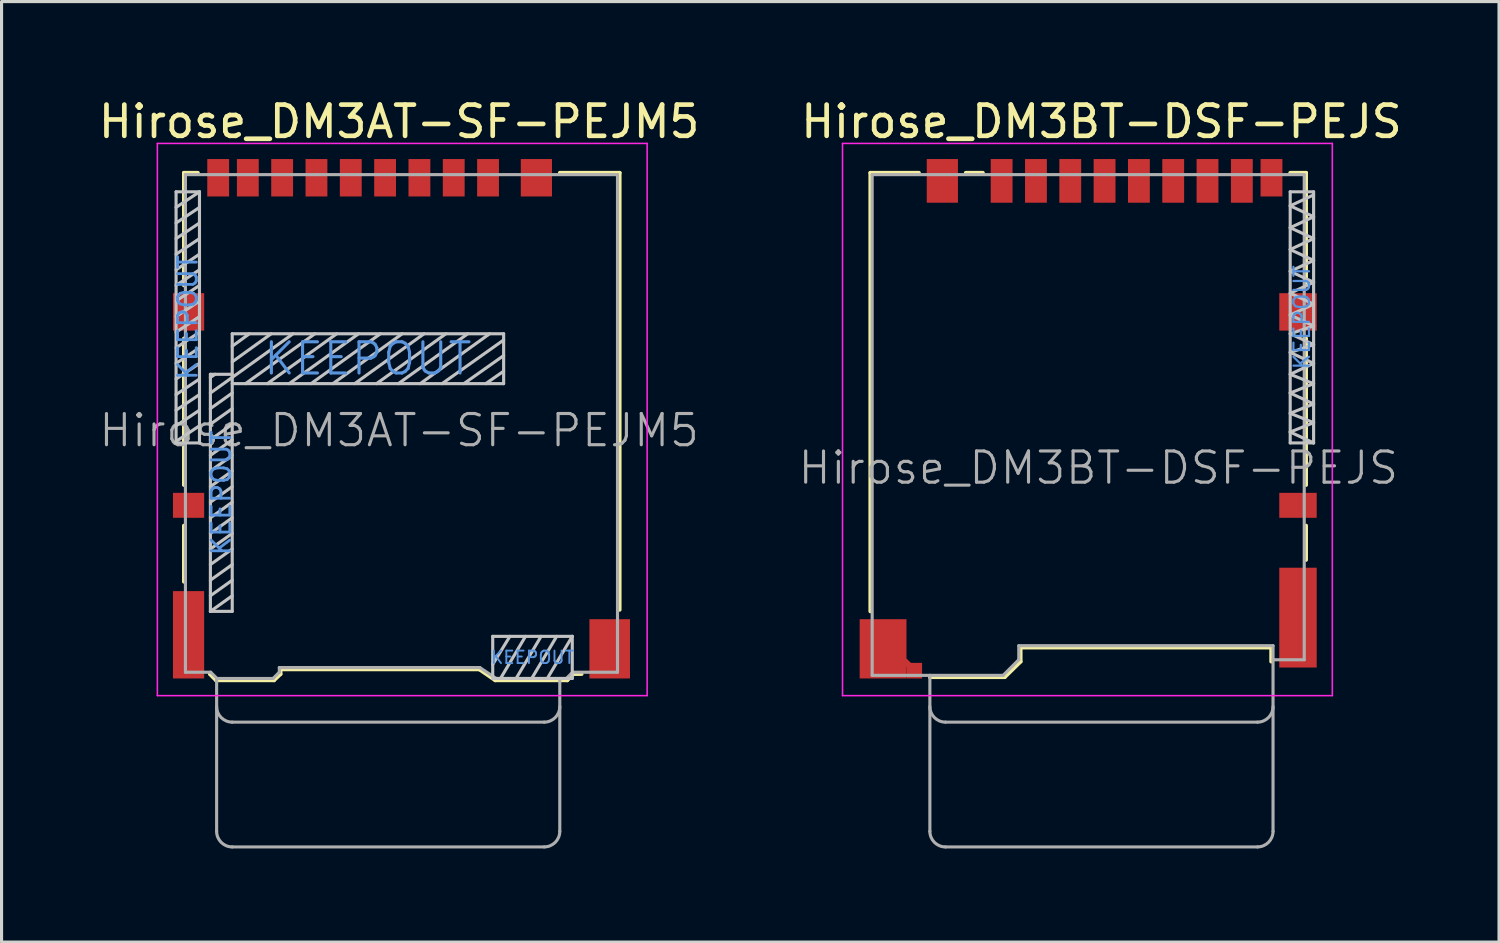
<source format=kicad_pcb>
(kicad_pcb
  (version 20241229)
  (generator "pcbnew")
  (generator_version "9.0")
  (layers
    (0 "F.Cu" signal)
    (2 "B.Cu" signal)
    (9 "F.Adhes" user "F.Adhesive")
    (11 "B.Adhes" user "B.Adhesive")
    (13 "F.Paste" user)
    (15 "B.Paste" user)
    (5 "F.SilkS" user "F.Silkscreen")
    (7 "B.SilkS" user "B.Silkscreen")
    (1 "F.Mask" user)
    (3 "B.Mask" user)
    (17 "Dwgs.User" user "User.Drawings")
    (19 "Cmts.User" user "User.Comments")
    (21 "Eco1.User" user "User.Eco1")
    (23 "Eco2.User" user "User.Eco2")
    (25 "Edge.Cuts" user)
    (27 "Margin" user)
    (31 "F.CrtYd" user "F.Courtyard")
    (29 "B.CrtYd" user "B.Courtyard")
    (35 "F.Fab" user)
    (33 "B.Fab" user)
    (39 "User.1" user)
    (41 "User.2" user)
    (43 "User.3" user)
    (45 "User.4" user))
  (footprint "Hirose_DM3AT-SF-PEJM5"
    (layer "F.Cu")
    (at 12.594 3.248)
    (property "Reference" "Hirose_DM3AT-SF-PEJM5" (at -2.85 -2.4 0) (layer "F.SilkS") (effects (font (size 1 1) (thickness 0.15))))
    (attr smd)
    (fp_line (start -9.75 -0.76) (end -9.75 2.85) (stroke (width 0.12) (type solid)) (layer "F.SilkS"))
    (fp_line (start -9.75 4.55) (end -9.75 9.25) (stroke (width 0.12) (type solid)) (layer "F.SilkS"))
    (fp_line (start -9.75 10.55) (end -9.75 12.35) (stroke (width 0.12) (type solid)) (layer "F.SilkS"))
    (fp_line (start -9.3 -0.76) (end -9.75 -0.76) (stroke (width 0.12) (type solid)) (layer "F.SilkS"))
    (fp_line (start -8.72 15.51) (end -8.92 15.31) (stroke (width 0.12) (type solid)) (layer "F.SilkS"))
    (fp_line (start -8.72 15.51) (end -6.86 15.51) (stroke (width 0.12) (type solid)) (layer "F.SilkS"))
    (fp_line (start -6.86 15.51) (end -6.65 15.31) (stroke (width 0.12) (type solid)) (layer "F.SilkS"))
    (fp_line (start -6.65 15.16) (end -6.65 15.31) (stroke (width 0.12) (type solid)) (layer "F.SilkS"))
    (fp_line (start -6.65 15.16) (end -0.28 15.16) (stroke (width 0.12) (type solid)) (layer "F.SilkS"))
    (fp_line (start 0.23 15.51) (end -0.28 15.16) (stroke (width 0.12) (type solid)) (layer "F.SilkS"))
    (fp_line (start 2.3 -0.76) (end 4.22 -0.76) (stroke (width 0.12) (type solid)) (layer "F.SilkS"))
    (fp_line (start 2.54 15.51) (end 0.23 15.51) (stroke (width 0.12) (type solid)) (layer "F.SilkS"))
    (fp_line (start 2.54 15.51) (end 2.74 15.31) (stroke (width 0.12) (type solid)) (layer "F.SilkS"))
    (fp_line (start 2.74 15.31) (end 3 15.31) (stroke (width 0.12) (type solid)) (layer "F.SilkS"))
    (fp_line (start 4.22 -0.76) (end 4.22 13.25) (stroke (width 0.12) (type solid)) (layer "F.SilkS"))
    (fp_line (start -10 -0.15) (end -9.25 -0.15) (stroke (width 0.1) (type solid)) (layer "Dwgs.User"))
    (fp_line (start -10 7.9) (end -10 -0.15) (stroke (width 0.1) (type solid)) (layer "Dwgs.User"))
    (fp_line (start -9.25 -0.15) (end -10 0.35) (stroke (width 0.1) (type solid)) (layer "Dwgs.User"))
    (fp_line (start -9.25 -0.15) (end -9.25 7.9) (stroke (width 0.1) (type solid)) (layer "Dwgs.User"))
    (fp_line (start -9.25 0.35) (end -10 0.85) (stroke (width 0.1) (type solid)) (layer "Dwgs.User"))
    (fp_line (start -9.25 0.85) (end -10 1.35) (stroke (width 0.1) (type solid)) (layer "Dwgs.User"))
    (fp_line (start -9.25 1.35) (end -10 1.85) (stroke (width 0.1) (type solid)) (layer "Dwgs.User"))
    (fp_line (start -9.25 1.85) (end -10 2.35) (stroke (width 0.1) (type solid)) (layer "Dwgs.User"))
    (fp_line (start -9.25 2.35) (end -10 2.85) (stroke (width 0.1) (type solid)) (layer "Dwgs.User"))
    (fp_line (start -9.25 2.85) (end -10 3.35) (stroke (width 0.1) (type solid)) (layer "Dwgs.User"))
    (fp_line (start -9.25 3.35) (end -10 3.85) (stroke (width 0.1) (type solid)) (layer "Dwgs.User"))
    (fp_line (start -9.25 3.85) (end -10 4.35) (stroke (width 0.1) (type solid)) (layer "Dwgs.User"))
    (fp_line (start -9.25 4.35) (end -10 4.85) (stroke (width 0.1) (type solid)) (layer "Dwgs.User"))
    (fp_line (start -9.25 4.85) (end -10 5.35) (stroke (width 0.1) (type solid)) (layer "Dwgs.User"))
    (fp_line (start -9.25 5.35) (end -10 5.85) (stroke (width 0.1) (type solid)) (layer "Dwgs.User"))
    (fp_line (start -9.25 5.85) (end -10 6.35) (stroke (width 0.1) (type solid)) (layer "Dwgs.User"))
    (fp_line (start -9.25 6.35) (end -10 6.85) (stroke (width 0.1) (type solid)) (layer "Dwgs.User"))
    (fp_line (start -9.25 6.85) (end -10 7.35) (stroke (width 0.1) (type solid)) (layer "Dwgs.User"))
    (fp_line (start -9.25 7.35) (end -10 7.85) (stroke (width 0.1) (type solid)) (layer "Dwgs.User"))
    (fp_line (start -9.25 7.9) (end -10 7.9) (stroke (width 0.1) (type solid)) (layer "Dwgs.User"))
    (fp_line (start -8.9 5.7) (end -8.2 5.7) (stroke (width 0.1) (type solid)) (layer "Dwgs.User"))
    (fp_line (start -8.9 5.8) (end -8.75 5.7) (stroke (width 0.1) (type solid)) (layer "Dwgs.User"))
    (fp_line (start -8.9 6.3) (end -8.2 5.8) (stroke (width 0.1) (type solid)) (layer "Dwgs.User"))
    (fp_line (start -8.9 6.8) (end -8.2 6.3) (stroke (width 0.1) (type solid)) (layer "Dwgs.User"))
    (fp_line (start -8.9 7.3) (end -8.2 6.8) (stroke (width 0.1) (type solid)) (layer "Dwgs.User"))
    (fp_line (start -8.9 7.8) (end -8.2 7.3) (stroke (width 0.1) (type solid)) (layer "Dwgs.User"))
    (fp_line (start -8.9 8.3) (end -8.2 7.8) (stroke (width 0.1) (type solid)) (layer "Dwgs.User"))
    (fp_line (start -8.9 8.8) (end -8.2 8.3) (stroke (width 0.1) (type solid)) (layer "Dwgs.User"))
    (fp_line (start -8.9 9.3) (end -8.2 8.8) (stroke (width 0.1) (type solid)) (layer "Dwgs.User"))
    (fp_line (start -8.9 9.8) (end -8.2 9.3) (stroke (width 0.1) (type solid)) (layer "Dwgs.User"))
    (fp_line (start -8.9 10.3) (end -8.2 9.8) (stroke (width 0.1) (type solid)) (layer "Dwgs.User"))
    (fp_line (start -8.9 10.8) (end -8.2 10.3) (stroke (width 0.1) (type solid)) (layer "Dwgs.User"))
    (fp_line (start -8.9 11.3) (end -8.2 10.8) (stroke (width 0.1) (type solid)) (layer "Dwgs.User"))
    (fp_line (start -8.9 11.8) (end -8.2 11.3) (stroke (width 0.1) (type solid)) (layer "Dwgs.User"))
    (fp_line (start -8.9 12.3) (end -8.2 11.8) (stroke (width 0.1) (type solid)) (layer "Dwgs.User"))
    (fp_line (start -8.9 12.8) (end -8.2 12.3) (stroke (width 0.1) (type solid)) (layer "Dwgs.User"))
    (fp_line (start -8.9 13.3) (end -8.9 5.7) (stroke (width 0.1) (type solid)) (layer "Dwgs.User"))
    (fp_line (start -8.9 13.3) (end -8.2 12.8) (stroke (width 0.1) (type solid)) (layer "Dwgs.User"))
    (fp_line (start -8.2 4.4) (end -8.2 13.3) (stroke (width 0.1) (type solid)) (layer "Dwgs.User"))
    (fp_line (start -8.2 4.4) (end 0.5 4.4) (stroke (width 0.1) (type solid)) (layer "Dwgs.User"))
    (fp_line (start -8.2 5.8) (end -6.25 4.4) (stroke (width 0.1) (type solid)) (layer "Dwgs.User"))
    (fp_line (start -8.2 13.3) (end -8.9 13.3) (stroke (width 0.1) (type solid)) (layer "Dwgs.User"))
    (fp_line (start -7.65 4.4) (end -8.2 4.8) (stroke (width 0.1) (type solid)) (layer "Dwgs.User"))
    (fp_line (start -6.95 4.4) (end -8.2 5.3) (stroke (width 0.1) (type solid)) (layer "Dwgs.User"))
    (fp_line (start -5.55 4.4) (end -7.775 6) (stroke (width 0.1) (type solid)) (layer "Dwgs.User"))
    (fp_line (start -4.85 4.4) (end -7.075 6) (stroke (width 0.1) (type solid)) (layer "Dwgs.User"))
    (fp_line (start -4.15 4.4) (end -6.375 6) (stroke (width 0.1) (type solid)) (layer "Dwgs.User"))
    (fp_line (start -3.45 4.4) (end -5.675 6) (stroke (width 0.1) (type solid)) (layer "Dwgs.User"))
    (fp_line (start -2.75 4.4) (end -4.975 6) (stroke (width 0.1) (type solid)) (layer "Dwgs.User"))
    (fp_line (start -2.05 4.4) (end -4.275 6) (stroke (width 0.1) (type solid)) (layer "Dwgs.User"))
    (fp_line (start -1.35 4.4) (end -3.575 6) (stroke (width 0.1) (type solid)) (layer "Dwgs.User"))
    (fp_line (start -0.65 4.4) (end -2.875 6) (stroke (width 0.1) (type solid)) (layer "Dwgs.User"))
    (fp_line (start 0.05 4.4) (end -2.175 6) (stroke (width 0.1) (type solid)) (layer "Dwgs.User"))
    (fp_line (start 0.15 14.1) (end 2.7 14.1) (stroke (width 0.1) (type solid)) (layer "Dwgs.User"))
    (fp_line (start 0.15 15.45) (end 0.15 14.1) (stroke (width 0.1) (type solid)) (layer "Dwgs.User"))
    (fp_line (start 0.5 4.4) (end 0.5 6) (stroke (width 0.1) (type solid)) (layer "Dwgs.User"))
    (fp_line (start 0.5 4.6) (end -1.475 6) (stroke (width 0.1) (type solid)) (layer "Dwgs.User"))
    (fp_line (start 0.5 5.1) (end -0.775 6) (stroke (width 0.1) (type solid)) (layer "Dwgs.User"))
    (fp_line (start 0.5 5.6) (end -0.075 6) (stroke (width 0.1) (type solid)) (layer "Dwgs.User"))
    (fp_line (start 0.5 6) (end -8.2 6) (stroke (width 0.1) (type solid)) (layer "Dwgs.User"))
    (fp_line (start 0.7 14.1) (end 0.15 15) (stroke (width 0.1) (type solid)) (layer "Dwgs.User"))
    (fp_line (start 1.2 14.1) (end 0.4 15.45) (stroke (width 0.1) (type solid)) (layer "Dwgs.User"))
    (fp_line (start 1.7 14.1) (end 0.9 15.45) (stroke (width 0.1) (type solid)) (layer "Dwgs.User"))
    (fp_line (start 2.2 14.1) (end 1.4 15.45) (stroke (width 0.1) (type solid)) (layer "Dwgs.User"))
    (fp_line (start 2.7 14.1) (end 1.9 15.45) (stroke (width 0.1) (type solid)) (layer "Dwgs.User"))
    (fp_line (start 2.7 14.1) (end 2.7 15.45) (stroke (width 0.1) (type solid)) (layer "Dwgs.User"))
    (fp_line (start 2.7 15.45) (end 0.15 15.45) (stroke (width 0.1) (type solid)) (layer "Dwgs.User"))
    (fp_line (start -10.6 -1.7) (end 5.1 -1.7) (stroke (width 0.05) (type solid)) (layer "F.CrtYd"))
    (fp_line (start -10.6 16) (end -10.6 -1.7) (stroke (width 0.05) (type solid)) (layer "F.CrtYd"))
    (fp_line (start 5.1 -1.7) (end 5.1 16) (stroke (width 0.05) (type solid)) (layer "F.CrtYd"))
    (fp_line (start 5.1 16) (end -10.6 16) (stroke (width 0.05) (type solid)) (layer "F.CrtYd"))
    (fp_line (start -9.7 15.25) (end -9.7 -0.7) (stroke (width 0.1) (type solid)) (layer "F.Fab"))
    (fp_line (start -8.89 15.25) (end -9.7 15.25) (stroke (width 0.1) (type solid)) (layer "F.Fab"))
    (fp_line (start -8.7 15.45) (end -8.7 20.35) (stroke (width 0.1) (type solid)) (layer "F.Fab"))
    (fp_line (start -8.69 15.45) (end -8.89 15.25) (stroke (width 0.1) (type solid)) (layer "F.Fab"))
    (fp_line (start -8.2 16.85) (end 1.8 16.85) (stroke (width 0.1) (type solid)) (layer "F.Fab"))
    (fp_line (start -8.2 20.85) (end 1.8 20.85) (stroke (width 0.1) (type solid)) (layer "F.Fab"))
    (fp_line (start -6.89 15.45) (end -8.69 15.45) (stroke (width 0.1) (type solid)) (layer "F.Fab"))
    (fp_line (start -6.69 15.25) (end -6.89 15.45) (stroke (width 0.1) (type solid)) (layer "F.Fab"))
    (fp_line (start -6.69 15.25) (end -6.69 15.1) (stroke (width 0.1) (type solid)) (layer "F.Fab"))
    (fp_line (start -0.265 15.1) (end -6.69 15.1) (stroke (width 0.1) (type solid)) (layer "F.Fab"))
    (fp_line (start 0.26 15.45) (end -0.265 15.1) (stroke (width 0.1) (type solid)) (layer "F.Fab"))
    (fp_line (start 2.3 20.35) (end 2.3 15.45) (stroke (width 0.1) (type solid)) (layer "F.Fab"))
    (fp_line (start 2.51 15.45) (end 0.26 15.45) (stroke (width 0.1) (type solid)) (layer "F.Fab"))
    (fp_line (start 2.51 15.45) (end 2.71 15.25) (stroke (width 0.1) (type solid)) (layer "F.Fab"))
    (fp_line (start 2.71 15.25) (end 4.15 15.25) (stroke (width 0.1) (type solid)) (layer "F.Fab"))
    (fp_line (start 4.15 -0.7) (end -9.7 -0.7) (stroke (width 0.1) (type solid)) (layer "F.Fab"))
    (fp_line (start 4.15 15.25) (end 4.15 -0.7) (stroke (width 0.1) (type solid)) (layer "F.Fab"))
    (fp_arc (start -8.2 16.85) (mid -8.553553 16.703553) (end -8.7 16.35) (stroke (width 0.1) (type solid)) (layer "F.Fab"))
    (fp_arc (start -8.2 20.85) (mid -8.553553 20.703553) (end -8.7 20.35) (stroke (width 0.1) (type solid)) (layer "F.Fab"))
    (fp_arc (start 2.3 16.35) (mid 2.153553 16.703553) (end 1.8 16.85) (stroke (width 0.1) (type solid)) (layer "F.Fab"))
    (fp_arc (start 2.3 20.35) (mid 2.153553 20.703553) (end 1.8 20.85) (stroke (width 0.1) (type solid)) (layer "F.Fab"))
    (fp_text user "KEEPOUT" (at -3.85 5.2 0) (layer "Cmts.User") (effects (font (size 1 1) (thickness 0.1))))
    (fp_text user "KEEPOUT" (at 1.425 14.775 0) (layer "Cmts.User") (effects (font (size 0.4 0.4) (thickness 0.06))))
    (fp_text user "KEEPOUT" (at -9.625 3.875 90) (layer "Cmts.User") (effects (font (size 0.6 0.6) (thickness 0.09))))
    (fp_text user "KEEPOUT" (at -8.55 9.5 90) (layer "Cmts.User") (effects (font (size 0.6 0.6) (thickness 0.09))))
    (fp_text user "${REFERENCE}" (at -2.85 7.5 0) (layer "F.Fab") (effects (font (size 1 1) (thickness 0.1))))
    (pad "1" smd rect (at 0 -0.6) (size 0.7 1.2) (layers "F.Cu" "F.Mask" "F.Paste"))
    (pad "2" smd rect (at -1.1 -0.6) (size 0.7 1.2) (layers "F.Cu" "F.Mask" "F.Paste"))
    (pad "3" smd rect (at -2.2 -0.6) (size 0.7 1.2) (layers "F.Cu" "F.Mask" "F.Paste"))
    (pad "4" smd rect (at -3.3 -0.6) (size 0.7 1.2) (layers "F.Cu" "F.Mask" "F.Paste"))
    (pad "5" smd rect (at -4.4 -0.6) (size 0.7 1.2) (layers "F.Cu" "F.Mask" "F.Paste"))
    (pad "6" smd rect (at -5.5 -0.6) (size 0.7 1.2) (layers "F.Cu" "F.Mask" "F.Paste"))
    (pad "7" smd rect (at -6.6 -0.6) (size 0.7 1.2) (layers "F.Cu" "F.Mask" "F.Paste"))
    (pad "8" smd rect (at -7.7 -0.6) (size 0.7 1.2) (layers "F.Cu" "F.Mask" "F.Paste"))
    (pad "9" smd rect (at -8.65 -0.6) (size 0.7 1.2) (layers "F.Cu" "F.Mask" "F.Paste"))
    (pad "10" smd rect (at -9.6 9.9) (size 1 0.8) (layers "F.Cu" "F.Mask" "F.Paste"))
    (pad "11" smd rect (at -9.6 3.7) (size 1 1.2) (layers "F.Cu" "F.Mask" "F.Paste"))
    (pad "11" smd rect (at -9.6 14.05) (size 1 2.8) (layers "F.Cu" "F.Mask" "F.Paste"))
    (pad "11" smd rect (at 1.55 -0.6) (size 1 1.2) (layers "F.Cu" "F.Mask" "F.Paste"))
    (pad "11" smd rect (at 3.9 14.5) (size 1.3 1.9) (layers "F.Cu" "F.Mask" "F.Paste")))
  (footprint "Hirose_DM3BT-DSF-PEJS"
    (layer "F.Cu")
    (at 29.057 3.448)
    (property "Reference" "Hirose_DM3BT-DSF-PEJS" (at 3.2 -2.6 0) (layer "F.SilkS") (effects (font (size 1 1) (thickness 0.15))))
    (attr smd)
    (fp_line (start -4.21 -0.96) (end -4.21 13.1) (stroke (width 0.12) (type solid)) (layer "F.SilkS"))
    (fp_line (start -4.21 -0.96) (end -2.65 -0.96) (stroke (width 0.12) (type solid)) (layer "F.SilkS"))
    (fp_line (start -2.3 15.21) (end 0.1 15.21) (stroke (width 0.12) (type solid)) (layer "F.SilkS"))
    (fp_line (start -0.6 -0.96) (end -1.15 -0.96) (stroke (width 0.12) (type solid)) (layer "F.SilkS"))
    (fp_line (start 0.11 15.2) (end 0.61 14.71) (stroke (width 0.12) (type solid)) (layer "F.SilkS"))
    (fp_line (start 0.61 14.26) (end 0.61 14.71) (stroke (width 0.12) (type solid)) (layer "F.SilkS"))
    (fp_line (start 8.64 14.26) (end 0.61 14.26) (stroke (width 0.12) (type solid)) (layer "F.SilkS"))
    (fp_line (start 8.64 14.26) (end 8.64 14.71) (stroke (width 0.12) (type solid)) (layer "F.SilkS"))
    (fp_line (start 9.25 -0.96) (end 9.76 -0.96) (stroke (width 0.12) (type solid)) (layer "F.SilkS"))
    (fp_line (start 9.76 -0.96) (end 9.76 2.65) (stroke (width 0.12) (type solid)) (layer "F.SilkS"))
    (fp_line (start 9.76 4.35) (end 9.76 9.05) (stroke (width 0.12) (type solid)) (layer "F.SilkS"))
    (fp_line (start 9.76 10.35) (end 9.76 11.45) (stroke (width 0.12) (type solid)) (layer "F.SilkS"))
    (fp_line (start 9.25 0.1) (end 10 -0.25) (stroke (width 0.1) (type solid)) (layer "Dwgs.User"))
    (fp_line (start 9.25 0.8) (end 10 0.45) (stroke (width 0.1) (type solid)) (layer "Dwgs.User"))
    (fp_line (start 9.25 1.5) (end 10 1.15) (stroke (width 0.1) (type solid)) (layer "Dwgs.User"))
    (fp_line (start 9.25 2.2) (end 10 1.85) (stroke (width 0.1) (type solid)) (layer "Dwgs.User"))
    (fp_line (start 9.25 2.9) (end 10 2.55) (stroke (width 0.1) (type solid)) (layer "Dwgs.User"))
    (fp_line (start 9.25 3.6) (end 10 3.25) (stroke (width 0.1) (type solid)) (layer "Dwgs.User"))
    (fp_line (start 9.25 4.2) (end 10 3.95) (stroke (width 0.1) (type solid)) (layer "Dwgs.User"))
    (fp_line (start 9.25 4.8) (end 10 4.55) (stroke (width 0.1) (type solid)) (layer "Dwgs.User"))
    (fp_line (start 9.25 5.5) (end 10 5.15) (stroke (width 0.1) (type solid)) (layer "Dwgs.User"))
    (fp_line (start 9.25 6.1) (end 10 5.8) (stroke (width 0.1) (type solid)) (layer "Dwgs.User"))
    (fp_line (start 9.25 6.75) (end 10 6.45) (stroke (width 0.1) (type solid)) (layer "Dwgs.User"))
    (fp_line (start 9.25 7.35) (end 10 7.05) (stroke (width 0.1) (type solid)) (layer "Dwgs.User"))
    (fp_line (start 9.25 7.7) (end 9.25 -0.35) (stroke (width 0.1) (type solid)) (layer "Dwgs.User"))
    (fp_line (start 10 -0.35) (end 9.25 -0.35) (stroke (width 0.1) (type solid)) (layer "Dwgs.User"))
    (fp_line (start 10 0.45) (end 9.25 0.1) (stroke (width 0.1) (type solid)) (layer "Dwgs.User"))
    (fp_line (start 10 1.15) (end 9.25 0.8) (stroke (width 0.1) (type solid)) (layer "Dwgs.User"))
    (fp_line (start 10 1.85) (end 9.25 1.5) (stroke (width 0.1) (type solid)) (layer "Dwgs.User"))
    (fp_line (start 10 2.55) (end 9.25 2.2) (stroke (width 0.1) (type solid)) (layer "Dwgs.User"))
    (fp_line (start 10 3.25) (end 9.25 2.9) (stroke (width 0.1) (type solid)) (layer "Dwgs.User"))
    (fp_line (start 10 3.95) (end 9.25 3.6) (stroke (width 0.1) (type solid)) (layer "Dwgs.User"))
    (fp_line (start 10 4.55) (end 9.25 4.2) (stroke (width 0.1) (type solid)) (layer "Dwgs.User"))
    (fp_line (start 10 5.15) (end 9.25 4.8) (stroke (width 0.1) (type solid)) (layer "Dwgs.User"))
    (fp_line (start 10 5.8) (end 9.25 5.5) (stroke (width 0.1) (type solid)) (layer "Dwgs.User"))
    (fp_line (start 10 6.45) (end 9.25 6.1) (stroke (width 0.1) (type solid)) (layer "Dwgs.User"))
    (fp_line (start 10 7.05) (end 9.25 6.75) (stroke (width 0.1) (type solid)) (layer "Dwgs.User"))
    (fp_line (start 10 7.7) (end 9.25 7.35) (stroke (width 0.1) (type solid)) (layer "Dwgs.User"))
    (fp_line (start 10 7.7) (end 9.25 7.7) (stroke (width 0.1) (type solid)) (layer "Dwgs.User"))
    (fp_line (start 10 7.7) (end 10 -0.35) (stroke (width 0.1) (type solid)) (layer "Dwgs.User"))
    (fp_line (start -5.1 -1.9) (end 10.6 -1.9) (stroke (width 0.05) (type solid)) (layer "F.CrtYd"))
    (fp_line (start -5.1 15.8) (end -5.1 -1.9) (stroke (width 0.05) (type solid)) (layer "F.CrtYd"))
    (fp_line (start 10.6 -1.9) (end 10.6 15.8) (stroke (width 0.05) (type solid)) (layer "F.CrtYd"))
    (fp_line (start 10.6 15.8) (end -5.1 15.8) (stroke (width 0.05) (type solid)) (layer "F.CrtYd"))
    (fp_line (start -4.15 -0.9) (end 9.7 -0.9) (stroke (width 0.1) (type solid)) (layer "F.Fab"))
    (fp_line (start -4.15 15.15) (end -4.15 -0.9) (stroke (width 0.1) (type solid)) (layer "F.Fab"))
    (fp_line (start -4.15 15.15) (end 0.05 15.15) (stroke (width 0.1) (type solid)) (layer "F.Fab"))
    (fp_line (start -2.3 15.15) (end -2.3 20.15) (stroke (width 0.1) (type solid)) (layer "F.Fab"))
    (fp_line (start -1.8 16.65) (end 8.2 16.65) (stroke (width 0.1) (type solid)) (layer "F.Fab"))
    (fp_line (start -1.8 20.65) (end 8.2 20.65) (stroke (width 0.1) (type solid)) (layer "F.Fab"))
    (fp_line (start 0.55 14.2) (end 0.55 14.65) (stroke (width 0.1) (type solid)) (layer "F.Fab"))
    (fp_line (start 0.55 14.2) (end 8.7 14.2) (stroke (width 0.1) (type solid)) (layer "F.Fab"))
    (fp_line (start 0.55 14.65) (end 0.05 15.15) (stroke (width 0.1) (type solid)) (layer "F.Fab"))
    (fp_line (start 8.7 20.15) (end 8.7 14.2) (stroke (width 0.1) (type solid)) (layer "F.Fab"))
    (fp_line (start 9.7 14.65) (end 8.7 14.65) (stroke (width 0.1) (type solid)) (layer "F.Fab"))
    (fp_line (start 9.7 14.65) (end 9.7 -0.9) (stroke (width 0.1) (type solid)) (layer "F.Fab"))
    (fp_arc (start -1.8 16.65) (mid -2.153553 16.503553) (end -2.3 16.15) (stroke (width 0.1) (type solid)) (layer "F.Fab"))
    (fp_arc (start -1.8 20.65) (mid -2.153553 20.503553) (end -2.3 20.15) (stroke (width 0.1) (type solid)) (layer "F.Fab"))
    (fp_arc (start 8.7 16.15) (mid 8.553553 16.503553) (end 8.2 16.65) (stroke (width 0.1) (type solid)) (layer "F.Fab"))
    (fp_arc (start 8.7 20.15) (mid 8.553553 20.503553) (end 8.2 20.65) (stroke (width 0.1) (type solid)) (layer "F.Fab"))
    (fp_text user "KEEPOUT" (at 9.625 3.675 90) (layer "Cmts.User") (effects (font (size 0.5 0.5) (thickness 0.07))))
    (fp_text user "${REFERENCE}" (at 3.1 8.5 0) (layer "F.Fab") (effects (font (size 1 1) (thickness 0.1))))
    (pad "1" smd rect (at 0 -0.7) (size 0.7 1.4) (layers "F.Cu" "F.Mask" "F.Paste"))
    (pad "2" smd rect (at 1.1 -0.7) (size 0.7 1.4) (layers "F.Cu" "F.Mask" "F.Paste"))
    (pad "3" smd rect (at 2.2 -0.7) (size 0.7 1.4) (layers "F.Cu" "F.Mask" "F.Paste"))
    (pad "4" smd rect (at 3.3 -0.7) (size 0.7 1.4) (layers "F.Cu" "F.Mask" "F.Paste"))
    (pad "5" smd rect (at 4.4 -0.7) (size 0.7 1.4) (layers "F.Cu" "F.Mask" "F.Paste"))
    (pad "6" smd rect (at 5.5 -0.7) (size 0.7 1.4) (layers "F.Cu" "F.Mask" "F.Paste"))
    (pad "7" smd rect (at 6.6 -0.7) (size 0.7 1.4) (layers "F.Cu" "F.Mask" "F.Paste"))
    (pad "8" smd rect (at 7.7 -0.7) (size 0.7 1.4) (layers "F.Cu" "F.Mask" "F.Paste"))
    (pad "9" smd rect (at 8.65 -0.8) (size 0.7 1.2) (layers "F.Cu" "F.Mask" "F.Paste"))
    (pad "10" smd rect (at 9.5 9.7) (size 1.2 0.8) (layers "F.Cu" "F.Mask" "F.Paste"))
    (pad "11" smd rect (at -3.8 14.3) (size 1.5 1.9) (layers "F.Cu" "F.Mask" "F.Paste"))
    (pad "11" smd rect (at -3.05 14.75 45) (size 0.2 0.2) (layers "F.Cu" "F.Mask" "F.Paste"))
    (pad "11" smd rect (at -2.8 15) (size 0.5 0.5) (layers "F.Cu" "F.Mask" "F.Paste"))
    (pad "11" smd rect (at -1.9 -0.7) (size 1 1.4) (layers "F.Cu" "F.Mask" "F.Paste"))
    (pad "11" smd rect (at 9.5 3.5) (size 1.2 1.2) (layers "F.Cu" "F.Mask" "F.Paste"))
    (pad "11" smd rect (at 9.5 13.3) (size 1.2 3.2) (layers "F.Cu" "F.Mask" "F.Paste")))
  (gr_rect
    (start -3 -3)
    (end 45.001 27.148)
    (stroke (width 0.1) (type default))
    (fill no)
    (layer "Edge.Cuts")))
</source>
